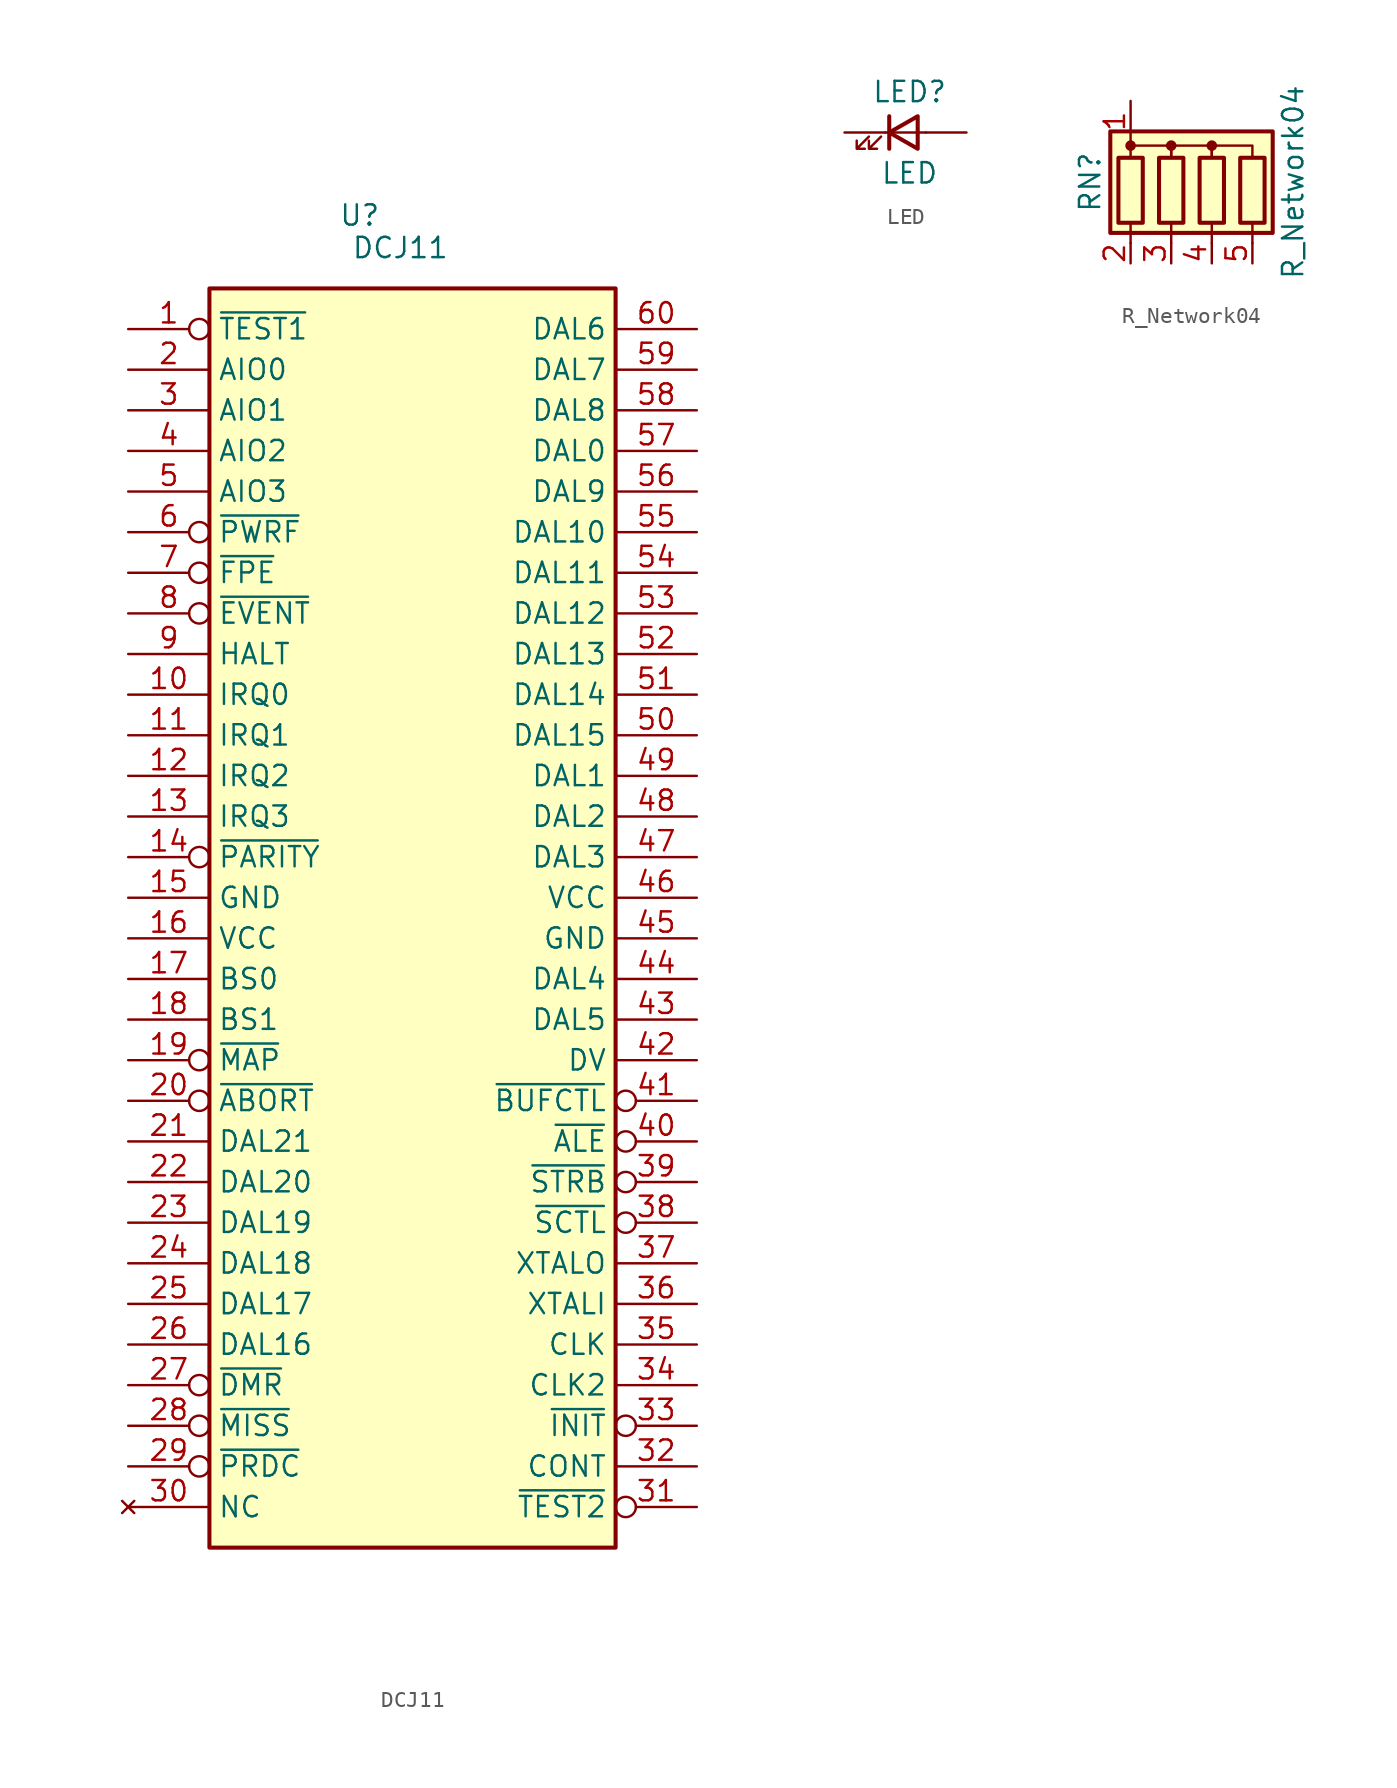
<source format=kicad_sym>
(kicad_symbol_lib
  (version 20231120)
  (generator "kicad_symbol_editor")
  (generator_version "8.0")
  (symbol "DCJ11"
    (property "Reference" "U"
      (at -3.302 42.672 0)
      (effects (font (size 1.27 1.27))))
    (property "Value" "DCJ11"
      (at -0.762 40.64 0)
      (effects (font (size 1.27 1.27))))
    (symbol "DCJ11_0_1"
      (rectangle (start -12.7 38.1) (end 12.7 -40.64) (stroke (width 0.254) (type default)) (fill (type background))))
    (symbol "DCJ11_1_1"
      (pin input inverted (at -17.78 35.56 0) (length 5.08) (name "~{TEST1}" (effects (font (size 1.27 1.27)))) (number "1" (effects (font (size 1.27 1.27)))))
      (pin input line (at -17.78 12.7 0) (length 5.08) (name "IRQ0" (effects (font (size 1.27 1.27)))) (number "10" (effects (font (size 1.27 1.27)))))
      (pin input line (at -17.78 10.16 0) (length 5.08) (name "IRQ1" (effects (font (size 1.27 1.27)))) (number "11" (effects (font (size 1.27 1.27)))))
      (pin input line (at -17.78 7.62 0) (length 5.08) (name "IRQ2" (effects (font (size 1.27 1.27)))) (number "12" (effects (font (size 1.27 1.27)))))
      (pin input line (at -17.78 5.08 0) (length 5.08) (name "IRQ3" (effects (font (size 1.27 1.27)))) (number "13" (effects (font (size 1.27 1.27)))))
      (pin input inverted (at -17.78 2.54 0) (length 5.08) (name "~{PARITY}" (effects (font (size 1.27 1.27)))) (number "14" (effects (font (size 1.27 1.27)))))
      (pin power_in line (at -17.78 0 0) (length 5.08) (name "GND" (effects (font (size 1.27 1.27)))) (number "15" (effects (font (size 1.27 1.27)))))
      (pin power_in line (at -17.78 -2.54 0) (length 5.08) (name "VCC" (effects (font (size 1.27 1.27)))) (number "16" (effects (font (size 1.27 1.27)))))
      (pin output line (at -17.78 -5.08 0) (length 5.08) (name "BS0" (effects (font (size 1.27 1.27)))) (number "17" (effects (font (size 1.27 1.27)))))
      (pin output line (at -17.78 -7.62 0) (length 5.08) (name "BS1" (effects (font (size 1.27 1.27)))) (number "18" (effects (font (size 1.27 1.27)))))
      (pin output inverted (at -17.78 -10.16 0) (length 5.08) (name "~{MAP}" (effects (font (size 1.27 1.27)))) (number "19" (effects (font (size 1.27 1.27)))))
      (pin bidirectional line (at -17.78 33.02 0) (length 5.08) (name "AIO0" (effects (font (size 1.27 1.27)))) (number "2" (effects (font (size 1.27 1.27)))))
      (pin bidirectional inverted (at -17.78 -12.7 0) (length 5.08) (name "~{ABORT}" (effects (font (size 1.27 1.27)))) (number "20" (effects (font (size 1.27 1.27)))))
      (pin output line (at -17.78 -15.24 0) (length 5.08) (name "DAL21" (effects (font (size 1.27 1.27)))) (number "21" (effects (font (size 1.27 1.27)))))
      (pin output line (at -17.78 -17.78 0) (length 5.08) (name "DAL20" (effects (font (size 1.27 1.27)))) (number "22" (effects (font (size 1.27 1.27)))))
      (pin output line (at -17.78 -20.32 0) (length 5.08) (name "DAL19" (effects (font (size 1.27 1.27)))) (number "23" (effects (font (size 1.27 1.27)))))
      (pin output line (at -17.78 -22.86 0) (length 5.08) (name "DAL18" (effects (font (size 1.27 1.27)))) (number "24" (effects (font (size 1.27 1.27)))))
      (pin output line (at -17.78 -25.4 0) (length 5.08) (name "DAL17" (effects (font (size 1.27 1.27)))) (number "25" (effects (font (size 1.27 1.27)))))
      (pin output line (at -17.78 -27.94 0) (length 5.08) (name "DAL16" (effects (font (size 1.27 1.27)))) (number "26" (effects (font (size 1.27 1.27)))))
      (pin input inverted (at -17.78 -30.48 0) (length 5.08) (name "~{DMR}" (effects (font (size 1.27 1.27)))) (number "27" (effects (font (size 1.27 1.27)))))
      (pin input inverted (at -17.78 -33.02 0) (length 5.08) (name "~{MISS}" (effects (font (size 1.27 1.27)))) (number "28" (effects (font (size 1.27 1.27)))))
      (pin output inverted (at -17.78 -35.56 0) (length 5.08) (name "~{PRDC}" (effects (font (size 1.27 1.27)))) (number "29" (effects (font (size 1.27 1.27)))))
      (pin bidirectional line (at -17.78 30.48 0) (length 5.08) (name "AIO1" (effects (font (size 1.27 1.27)))) (number "3" (effects (font (size 1.27 1.27)))))
      (pin no_connect line (at -17.78 -38.1 0) (length 5.08) (name "NC" (effects (font (size 1.27 1.27)))) (number "30" (effects (font (size 1.27 1.27)))))
      (pin input inverted (at 17.78 -38.1 180) (length 5.08) (name "~{TEST2}" (effects (font (size 1.27 1.27)))) (number "31" (effects (font (size 1.27 1.27)))))
      (pin input line (at 17.78 -35.56 180) (length 5.08) (name "CONT" (effects (font (size 1.27 1.27)))) (number "32" (effects (font (size 1.27 1.27)))))
      (pin input inverted (at 17.78 -33.02 180) (length 5.08) (name "~{INIT}" (effects (font (size 1.27 1.27)))) (number "33" (effects (font (size 1.27 1.27)))))
      (pin output line (at 17.78 -30.48 180) (length 5.08) (name "CLK2" (effects (font (size 1.27 1.27)))) (number "34" (effects (font (size 1.27 1.27)))))
      (pin output line (at 17.78 -27.94 180) (length 5.08) (name "CLK" (effects (font (size 1.27 1.27)))) (number "35" (effects (font (size 1.27 1.27)))))
      (pin input line (at 17.78 -25.4 180) (length 5.08) (name "XTALI" (effects (font (size 1.27 1.27)))) (number "36" (effects (font (size 1.27 1.27)))))
      (pin output line (at 17.78 -22.86 180) (length 5.08) (name "XTALO" (effects (font (size 1.27 1.27)))) (number "37" (effects (font (size 1.27 1.27)))))
      (pin output inverted (at 17.78 -20.32 180) (length 5.08) (name "~{SCTL}" (effects (font (size 1.27 1.27)))) (number "38" (effects (font (size 1.27 1.27)))))
      (pin output inverted (at 17.78 -17.78 180) (length 5.08) (name "~{STRB}" (effects (font (size 1.27 1.27)))) (number "39" (effects (font (size 1.27 1.27)))))
      (pin bidirectional line (at -17.78 27.94 0) (length 5.08) (name "AIO2" (effects (font (size 1.27 1.27)))) (number "4" (effects (font (size 1.27 1.27)))))
      (pin output inverted (at 17.78 -15.24 180) (length 5.08) (name "~{ALE}" (effects (font (size 1.27 1.27)))) (number "40" (effects (font (size 1.27 1.27)))))
      (pin output inverted (at 17.78 -12.7 180) (length 5.08) (name "~{BUFCTL}" (effects (font (size 1.27 1.27)))) (number "41" (effects (font (size 1.27 1.27)))))
      (pin input line (at 17.78 -10.16 180) (length 5.08) (name "DV" (effects (font (size 1.27 1.27)))) (number "42" (effects (font (size 1.27 1.27)))))
      (pin bidirectional line (at 17.78 -7.62 180) (length 5.08) (name "DAL5" (effects (font (size 1.27 1.27)))) (number "43" (effects (font (size 1.27 1.27)))))
      (pin bidirectional line (at 17.78 -5.08 180) (length 5.08) (name "DAL4" (effects (font (size 1.27 1.27)))) (number "44" (effects (font (size 1.27 1.27)))))
      (pin power_in line (at 17.78 -2.54 180) (length 5.08) (name "GND" (effects (font (size 1.27 1.27)))) (number "45" (effects (font (size 1.27 1.27)))))
      (pin power_in line (at 17.78 0 180) (length 5.08) (name "VCC" (effects (font (size 1.27 1.27)))) (number "46" (effects (font (size 1.27 1.27)))))
      (pin bidirectional line (at 17.78 2.54 180) (length 5.08) (name "DAL3" (effects (font (size 1.27 1.27)))) (number "47" (effects (font (size 1.27 1.27)))))
      (pin bidirectional line (at 17.78 5.08 180) (length 5.08) (name "DAL2" (effects (font (size 1.27 1.27)))) (number "48" (effects (font (size 1.27 1.27)))))
      (pin bidirectional line (at 17.78 7.62 180) (length 5.08) (name "DAL1" (effects (font (size 1.27 1.27)))) (number "49" (effects (font (size 1.27 1.27)))))
      (pin bidirectional line (at -17.78 25.4 0) (length 5.08) (name "AIO3" (effects (font (size 1.27 1.27)))) (number "5" (effects (font (size 1.27 1.27)))))
      (pin bidirectional line (at 17.78 10.16 180) (length 5.08) (name "DAL15" (effects (font (size 1.27 1.27)))) (number "50" (effects (font (size 1.27 1.27)))))
      (pin bidirectional line (at 17.78 12.7 180) (length 5.08) (name "DAL14" (effects (font (size 1.27 1.27)))) (number "51" (effects (font (size 1.27 1.27)))))
      (pin bidirectional line (at 17.78 15.24 180) (length 5.08) (name "DAL13" (effects (font (size 1.27 1.27)))) (number "52" (effects (font (size 1.27 1.27)))))
      (pin bidirectional line (at 17.78 17.78 180) (length 5.08) (name "DAL12" (effects (font (size 1.27 1.27)))) (number "53" (effects (font (size 1.27 1.27)))))
      (pin bidirectional line (at 17.78 20.32 180) (length 5.08) (name "DAL11" (effects (font (size 1.27 1.27)))) (number "54" (effects (font (size 1.27 1.27)))))
      (pin bidirectional line (at 17.78 22.86 180) (length 5.08) (name "DAL10" (effects (font (size 1.27 1.27)))) (number "55" (effects (font (size 1.27 1.27)))))
      (pin bidirectional line (at 17.78 25.4 180) (length 5.08) (name "DAL9" (effects (font (size 1.27 1.27)))) (number "56" (effects (font (size 1.27 1.27)))))
      (pin bidirectional line (at 17.78 27.94 180) (length 5.08) (name "DAL0" (effects (font (size 1.27 1.27)))) (number "57" (effects (font (size 1.27 1.27)))))
      (pin bidirectional line (at 17.78 30.48 180) (length 5.08) (name "DAL8" (effects (font (size 1.27 1.27)))) (number "58" (effects (font (size 1.27 1.27)))))
      (pin bidirectional line (at 17.78 33.02 180) (length 5.08) (name "DAL7" (effects (font (size 1.27 1.27)))) (number "59" (effects (font (size 1.27 1.27)))))
      (pin input inverted (at -17.78 22.86 0) (length 5.08) (name "~{PWRF}" (effects (font (size 1.27 1.27)))) (number "6" (effects (font (size 1.27 1.27)))))
      (pin bidirectional line (at 17.78 35.56 180) (length 5.08) (name "DAL6" (effects (font (size 1.27 1.27)))) (number "60" (effects (font (size 1.27 1.27)))))
      (pin input inverted (at -17.78 20.32 0) (length 5.08) (name "~{FPE}" (effects (font (size 1.27 1.27)))) (number "7" (effects (font (size 1.27 1.27)))))
      (pin input inverted (at -17.78 17.78 0) (length 5.08) (name "~{EVENT}" (effects (font (size 1.27 1.27)))) (number "8" (effects (font (size 1.27 1.27)))))
      (pin input line (at -17.78 15.24 0) (length 5.08) (name "HALT" (effects (font (size 1.27 1.27)))) (number "9" (effects (font (size 1.27 1.27)))))))
  (symbol "LED"
    (pin_numbers hide)
    (pin_names
      (offset 1.016) hide)
    (property "Reference" "LED"
      (at 0.254 2.54 0)
      (effects (font (size 1.27 1.27))))
    (property "Value" "LED"
      (at 0.254 -2.54 0)
      (effects (font (size 1.27 1.27))))
    (symbol "LED_0_1"
      (polyline (pts (xy -1.27 0) (xy 1.27 0)) (stroke (width 0) (type default)) (fill (type none)))
      (polyline (pts (xy -1.016 -1.016) (xy -1.016 1.016)) (stroke (width 0.254) (type default)) (fill (type none)))
      (polyline (pts (xy 0.762 -1.016) (xy 0.762 1.016) (xy -1.016 0) (xy 0.762 -1.016)) (stroke (width 0.254) (type default)) (fill (type none)))
      (polyline (pts (xy -2.286 -0.254) (xy -3.048 -1.016) (xy -2.54 -1.016) (xy -3.048 -1.016) (xy -3.048 -0.508)) (stroke (width 0) (type default)) (fill (type none)))
      (polyline (pts (xy -1.524 -0.254) (xy -2.286 -1.016) (xy -1.778 -1.016) (xy -2.286 -1.016) (xy -2.286 -0.508)) (stroke (width 0) (type default)) (fill (type none))))
    (symbol "LED_1_1"
      (pin passive line (at -3.81 0 0) (length 2.54) (name "K" (effects (font (size 1.27 1.27)))) (number "1" (effects (font (size 1.27 1.27)))))
      (pin passive line (at 3.81 0 180) (length 2.54) (name "A" (effects (font (size 1.27 1.27)))) (number "2" (effects (font (size 1.27 1.27)))))))
  (symbol "R_Network04"
    (pin_names
      (offset 0) hide)
    (property "Reference" "RN"
      (at -7.62 0 90)
      (effects (font (size 1.27 1.27))))
    (property "Value" "R_Network04"
      (at 5.08 0 90)
      (effects (font (size 1.27 1.27))))
    (symbol "R_Network04_0_1"
      (rectangle (start -5.842 1.524) (end -4.318 -2.54) (stroke (width 0.254) (type default)) (fill (type none)))
      (circle (center -5.08 2.286) (radius 0.254) (stroke (width 0) (type default)) (fill (type outline)))
      (rectangle (start -3.302 1.524) (end -1.778 -2.54) (stroke (width 0.254) (type default)) (fill (type none)))
      (circle (center -2.54 2.286) (radius 0.254) (stroke (width 0) (type default)) (fill (type outline)))
      (rectangle (start -0.762 1.524) (end 0.762 -2.54) (stroke (width 0.254) (type default)) (fill (type none)))
      (polyline (pts (xy -5.08 -2.54) (xy -5.08 -3.81)) (stroke (width 0) (type default)) (fill (type none)))
      (polyline (pts (xy -2.54 -2.54) (xy -2.54 -3.81)) (stroke (width 0) (type default)) (fill (type none)))
      (polyline (pts (xy 0 -2.54) (xy 0 -3.81)) (stroke (width 0) (type default)) (fill (type none)))
      (polyline (pts (xy 2.54 -2.54) (xy 2.54 -3.81)) (stroke (width 0) (type default)) (fill (type none)))
      (polyline (pts (xy -5.08 1.524) (xy -5.08 2.286) (xy -2.54 2.286) (xy -2.54 1.524)) (stroke (width 0) (type default)) (fill (type none)))
      (polyline (pts (xy -2.54 1.524) (xy -2.54 2.286) (xy 0 2.286) (xy 0 1.524)) (stroke (width 0) (type default)) (fill (type none)))
      (polyline (pts (xy 0 1.524) (xy 0 2.286) (xy 2.54 2.286) (xy 2.54 1.524)) (stroke (width 0) (type default)) (fill (type none)))
      (circle (center 0 2.286) (radius 0.254) (stroke (width 0) (type default)) (fill (type outline)))
      (rectangle (start 1.778 1.524) (end 3.302 -2.54) (stroke (width 0.254) (type default)) (fill (type none))))
    (symbol "R_Network04_1_1"
      (rectangle (start -6.35 3.175) (end 3.81 -3.175) (stroke (width 0.254) (type default)) (fill (type background)))
      (pin passive line (at -5.08 5.08 270) (length 2.54) (name "common" (effects (font (size 1.27 1.27)))) (number "1" (effects (font (size 1.27 1.27)))))
      (pin passive line (at -5.08 -5.08 90) (length 1.27) (name "R1" (effects (font (size 1.27 1.27)))) (number "2" (effects (font (size 1.27 1.27)))))
      (pin passive line (at -2.54 -5.08 90) (length 1.27) (name "R2" (effects (font (size 1.27 1.27)))) (number "3" (effects (font (size 1.27 1.27)))))
      (pin passive line (at 0 -5.08 90) (length 1.27) (name "R3" (effects (font (size 1.27 1.27)))) (number "4" (effects (font (size 1.27 1.27)))))
      (pin passive line (at 2.54 -5.08 90) (length 1.27) (name "R4" (effects (font (size 1.27 1.27)))) (number "5" (effects (font (size 1.27 1.27))))))))
</source>
